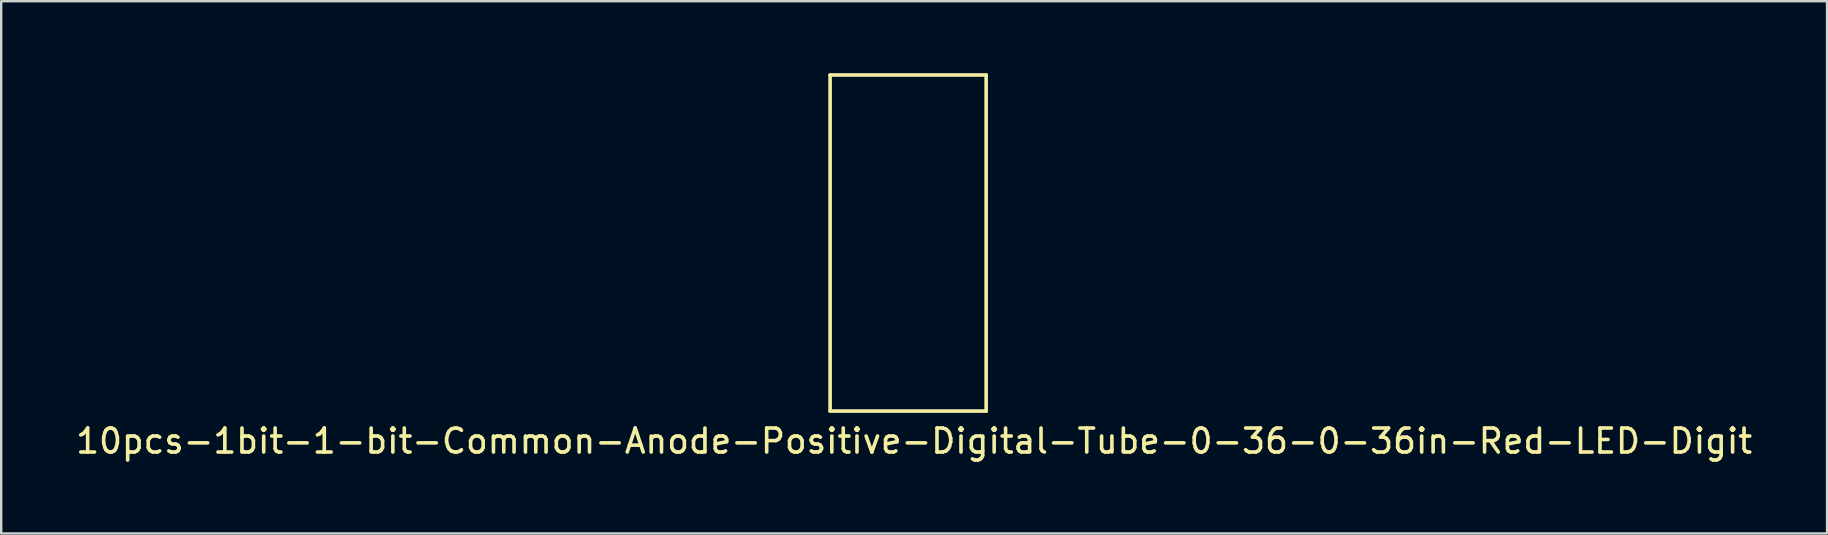
<source format=kicad_pcb>
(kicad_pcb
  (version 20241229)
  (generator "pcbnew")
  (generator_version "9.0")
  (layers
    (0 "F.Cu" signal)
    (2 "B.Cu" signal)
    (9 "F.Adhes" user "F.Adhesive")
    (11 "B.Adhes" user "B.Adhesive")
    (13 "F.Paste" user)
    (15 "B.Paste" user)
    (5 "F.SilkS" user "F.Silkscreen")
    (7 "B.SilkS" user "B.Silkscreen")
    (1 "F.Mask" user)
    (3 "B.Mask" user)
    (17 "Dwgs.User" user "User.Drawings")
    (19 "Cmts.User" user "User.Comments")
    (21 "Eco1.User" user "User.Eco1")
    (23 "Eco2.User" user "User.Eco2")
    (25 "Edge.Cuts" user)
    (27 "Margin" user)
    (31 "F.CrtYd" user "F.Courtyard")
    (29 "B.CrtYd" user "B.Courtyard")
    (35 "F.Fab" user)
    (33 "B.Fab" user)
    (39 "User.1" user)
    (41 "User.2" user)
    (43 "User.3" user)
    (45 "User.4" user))
  (footprint "10pcs-1bit-1-bit-Common-Anode-Positive-Digital-Tube-0-36-0-36in-Red-LED-Digit"
    (layer "F.Cu")
    (at 34.78 7.075)
    (property "Reference" "10pcs-1bit-1-bit-Common-Anode-Positive-Digital-Tube-0-36-0-36in-Red-LED-Digit" (at 0.25 8.25 0) (layer "F.SilkS") (effects (font (size 1 1) (thickness 0.15))))
    (attr through_hole)
    (fp_line (start -3.25 -7) (end -3.25 7) (stroke (width 0.15) (type solid)) (layer "F.SilkS"))
    (fp_line (start -3.25 7) (end 3.25 7) (stroke (width 0.15) (type solid)) (layer "F.SilkS"))
    (fp_line (start 3.25 -7) (end -3.25 -7) (stroke (width 0.15) (type solid)) (layer "F.SilkS"))
    (fp_line (start 3.25 7) (end 3.25 -7) (stroke (width 0.15) (type solid)) (layer "F.SilkS")))
  (gr_rect
    (start -3 -3)
    (end 73.06 19.173)
    (stroke (width 0.1) (type default))
    (fill no)
    (layer "Edge.Cuts")))
</source>
